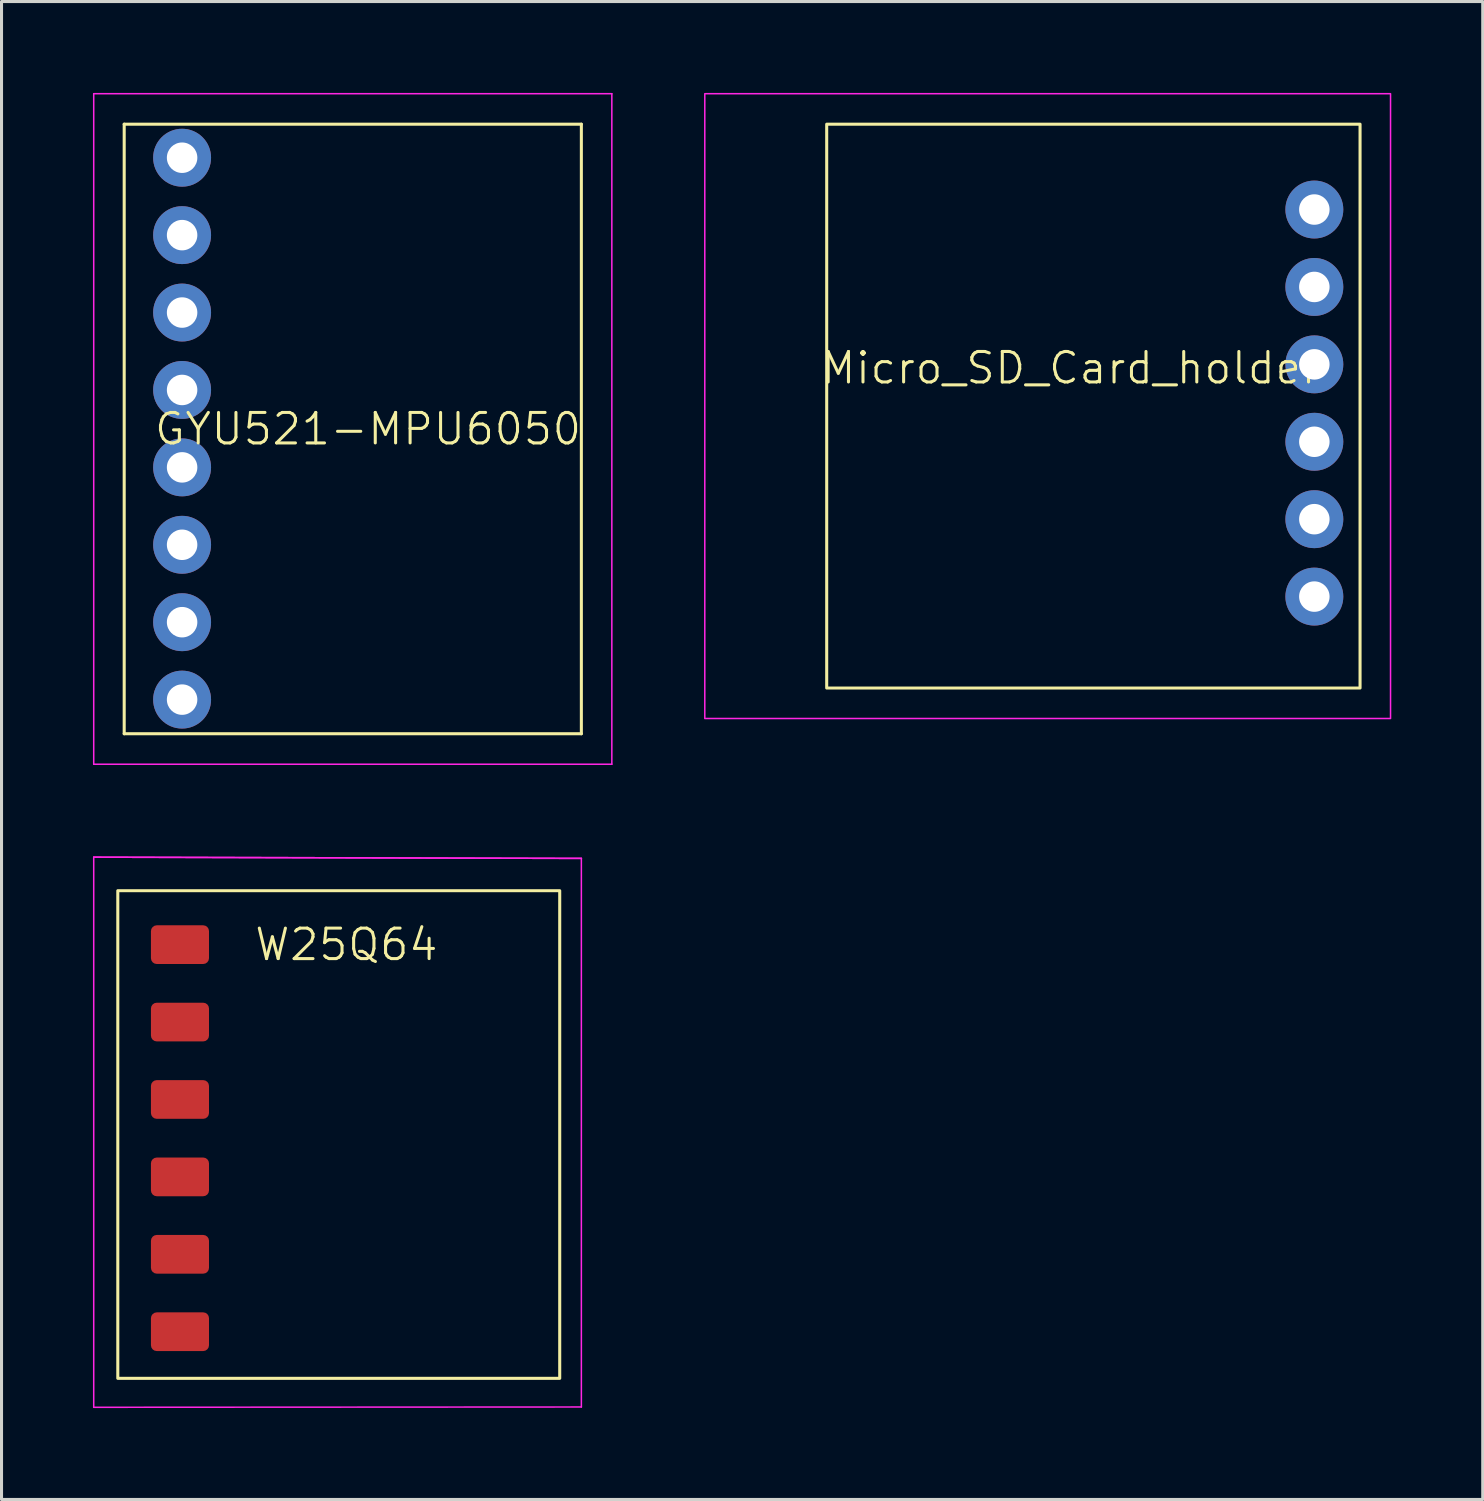
<source format=kicad_pcb>
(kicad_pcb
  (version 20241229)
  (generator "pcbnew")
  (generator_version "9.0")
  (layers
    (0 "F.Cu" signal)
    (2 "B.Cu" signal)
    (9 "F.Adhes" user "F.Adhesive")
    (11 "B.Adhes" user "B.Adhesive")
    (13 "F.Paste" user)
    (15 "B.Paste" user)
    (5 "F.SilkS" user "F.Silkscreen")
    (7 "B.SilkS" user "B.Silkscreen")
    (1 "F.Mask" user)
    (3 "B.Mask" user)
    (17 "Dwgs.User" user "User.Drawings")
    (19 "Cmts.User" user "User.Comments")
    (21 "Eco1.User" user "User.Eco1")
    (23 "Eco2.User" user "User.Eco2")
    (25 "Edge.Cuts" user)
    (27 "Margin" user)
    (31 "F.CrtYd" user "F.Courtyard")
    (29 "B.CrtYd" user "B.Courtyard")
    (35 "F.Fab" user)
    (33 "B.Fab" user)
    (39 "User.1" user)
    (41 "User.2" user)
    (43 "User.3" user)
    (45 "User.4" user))
  (footprint "W25Q64"
    (layer "F.Cu")
    (at 8.315 33.025)
    (property "Reference" "W25Q64" (at 0 -5.08 0) (unlocked yes) (layer "F.SilkS") (effects (font (size 1 1) (thickness 0.1))))
    (attr smd)
    (fp_rect (start -7.5 -6.85) (end 7 9.15) (stroke (width 0.1) (type solid)) (fill no) (layer "F.SilkS"))
    (fp_line (start -8.29 -7.95) (end 7.71 -7.91) (stroke (width 0.05) (type default)) (layer "F.CrtYd"))
    (fp_line (start -8.29 -7.95) (end 7.71 -7.91) (stroke (width 0.05) (type default)) (layer "F.CrtYd"))
    (fp_line (start -8.29 10.1) (end -8.29 -7.95) (stroke (width 0.05) (type default)) (layer "F.CrtYd"))
    (fp_line (start 7.71 -7.91) (end 7.71 10.09) (stroke (width 0.05) (type default)) (layer "F.CrtYd"))
    (fp_line (start 7.71 10.09) (end -8.29 10.1) (stroke (width 0.05) (type default)) (layer "F.CrtYd"))
    (pad "1" smd roundrect (at -5.46 -5.08) (size 1.905 1.27) (layers "F.Cu" "F.Mask" "F.Paste") (roundrect_rratio 0.15))
    (pad "2" smd roundrect (at -5.46 -2.54) (size 1.905 1.27) (layers "F.Cu" "F.Mask" "F.Paste") (roundrect_rratio 0.15))
    (pad "3" smd roundrect (at -5.46 0) (size 1.905 1.27) (layers "F.Cu" "F.Mask" "F.Paste") (roundrect_rratio 0.15))
    (pad "4" smd roundrect (at -5.46 2.54) (size 1.905 1.27) (layers "F.Cu" "F.Mask" "F.Paste") (roundrect_rratio 0.15))
    (pad "5" smd roundrect (at -5.46 5.08) (size 1.905 1.27) (layers "F.Cu" "F.Mask" "F.Paste") (roundrect_rratio 0.15))
    (pad "6" smd roundrect (at -5.46 7.62) (size 1.905 1.27) (layers "F.Cu" "F.Mask" "F.Paste") (roundrect_rratio 0.15)))
  (footprint "GYU521-MPU6050"
    (layer "F.Cu")
    (at 8.025 11.025)
    (property "Reference" "GYU521-MPU6050" (at 1 0 0) (unlocked yes) (layer "F.SilkS") (effects (font (size 1 1) (thickness 0.1))))
    (attr smd)
    (fp_line (start -7 -10) (end -7 10) (stroke (width 0.1) (type default)) (layer "F.SilkS"))
    (fp_line (start -7 10) (end 8 10) (stroke (width 0.1) (type default)) (layer "F.SilkS"))
    (fp_line (start 8 -10) (end -7 -10) (stroke (width 0.1) (type default)) (layer "F.SilkS"))
    (fp_line (start 8 10) (end 8 -10) (stroke (width 0.1) (type default)) (layer "F.SilkS"))
    (fp_line (start -8 -11) (end -8 11) (stroke (width 0.05) (type default)) (layer "F.CrtYd"))
    (fp_line (start -8 11) (end 9 11) (stroke (width 0.05) (type default)) (layer "F.CrtYd"))
    (fp_line (start 9 -11) (end -8 -11) (stroke (width 0.05) (type default)) (layer "F.CrtYd"))
    (fp_line (start 9 11) (end 9 -11) (stroke (width 0.05) (type default)) (layer "F.CrtYd"))
    (pad "1" thru_hole circle (at -5.1 -8.9) (size 1.9 1.9) (drill 1) (layers "*.Cu" "*.Mask"))
    (pad "2" thru_hole circle (at -5.1 -6.36) (size 1.9 1.9) (drill 1) (layers "*.Cu" "*.Mask"))
    (pad "3" thru_hole circle (at -5.1 -3.82) (size 1.9 1.9) (drill 1) (layers "*.Cu" "*.Mask"))
    (pad "4" thru_hole circle (at -5.1 -1.28) (size 1.9 1.9) (drill 1) (layers "*.Cu" "*.Mask"))
    (pad "5" thru_hole circle (at -5.1 1.26) (size 1.9 1.9) (drill 1) (layers "*.Cu" "*.Mask"))
    (pad "6" thru_hole circle (at -5.1 3.8) (size 1.9 1.9) (drill 1) (layers "*.Cu" "*.Mask"))
    (pad "7" thru_hole circle (at -5.1 6.34) (size 1.9 1.9) (drill 1) (layers "*.Cu" "*.Mask"))
    (pad "8" thru_hole circle (at -5.1 8.88) (size 1.9 1.9) (drill 1) (layers "*.Cu" "*.Mask")))
  (footprint "Micro_SD_Card_holder"
    (layer "F.Cu")
    (at 31.575 9.025)
    (property "Reference" "Micro_SD_Card_holder" (at 0.5 0 0) (unlocked yes) (layer "F.SilkS") (effects (font (size 1 1) (thickness 0.1))))
    (attr smd)
    (fp_rect (start -7.5 -8) (end 10 10.5) (stroke (width 0.1) (type default)) (fill no) (layer "F.SilkS"))
    (fp_rect (start -11.5 -9) (end 11 11.5) (stroke (width 0.05) (type default)) (fill no) (layer "F.CrtYd"))
    (pad "1" thru_hole circle (at 8.5 -5.2) (size 1.9 1.9) (drill 1) (layers "*.Cu" "*.Mask"))
    (pad "2" thru_hole circle (at 8.5 -2.66) (size 1.9 1.9) (drill 1) (layers "*.Cu" "*.Mask"))
    (pad "3" thru_hole circle (at 8.5 -0.12) (size 1.9 1.9) (drill 1) (layers "*.Cu" "*.Mask"))
    (pad "4" thru_hole circle (at 8.5 2.42) (size 1.9 1.9) (drill 1) (layers "*.Cu" "*.Mask"))
    (pad "5" thru_hole circle (at 8.5 4.96) (size 1.9 1.9) (drill 1) (layers "*.Cu" "*.Mask"))
    (pad "6" thru_hole circle (at 8.5 7.5) (size 1.9 1.9) (drill 1) (layers "*.Cu" "*.Mask")))
  (gr_rect
    (start -3 -3)
    (end 45.6 46.15)
    (stroke (width 0.1) (type default))
    (fill no)
    (layer "Edge.Cuts")))
</source>
